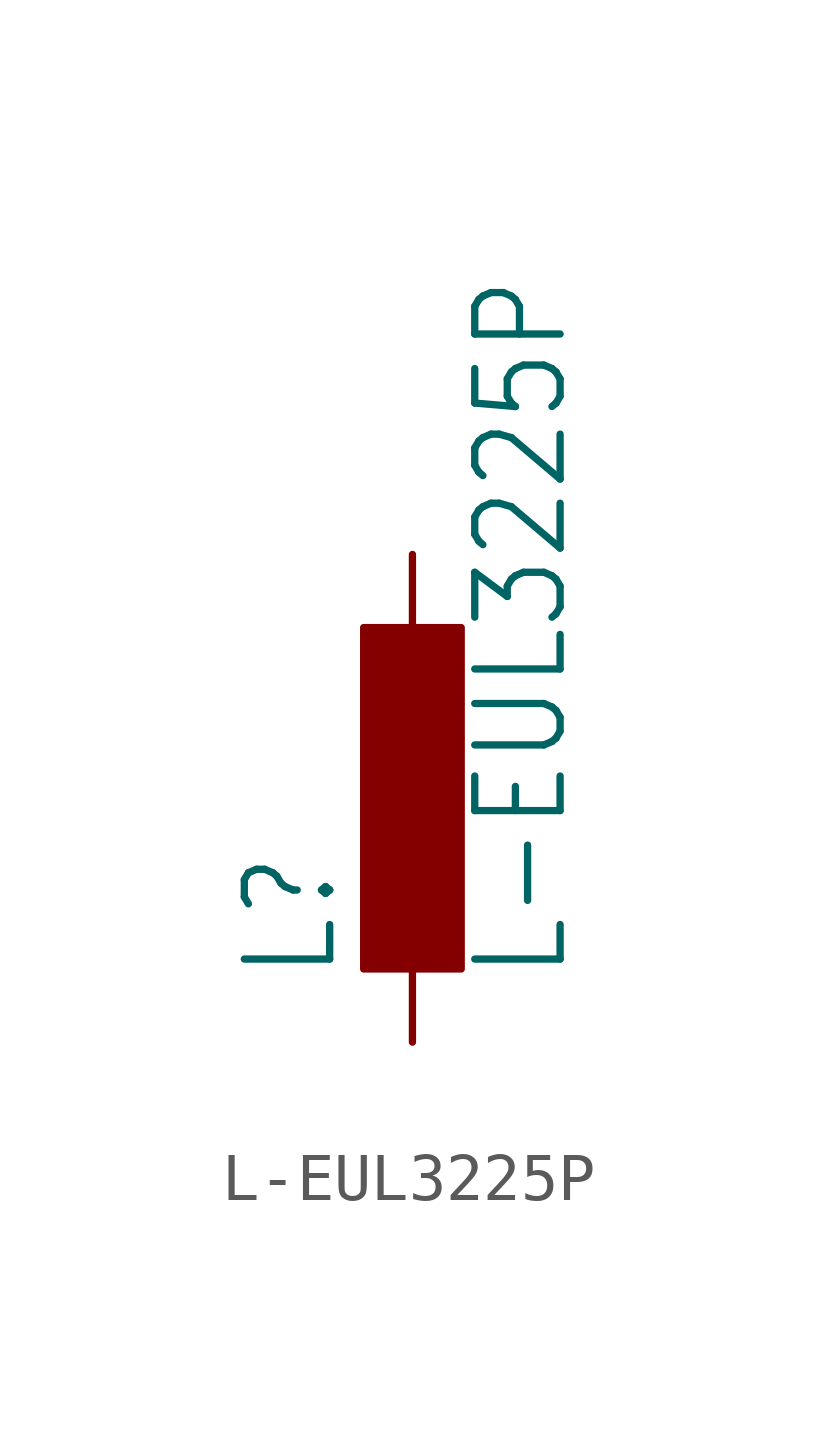
<source format=kicad_sym>
(kicad_symbol_lib
  (version 20211014)
  (generator kicad_symbol_editor)
  (symbol "L-EUL3225P"
    (property "Reference" "L"
      (at -1.499 -3.81 90)
      (effects (font (size 1.778 1.511)) (justify left bottom)))
    (property "Value" "L-EUL3225P"
      (at 3.302 -3.81 90)
      (effects (font (size 1.778 1.511)) (justify left bottom)))
    (property "ki_locked" ""
      (at 0 0 0)
      (effects (font (size 1.27 1.27))))
    (symbol "L-EUL3225P_1_0"
      (rectangle (start -1.016 -3.556) (end 1.016 3.556) (stroke (width 0) (type default) (color 0 0 0 0)) (fill (type outline)))
      (pin passive line (at 0 5.08 270) (length 2.54) (name "1" (effects (font (size 0 0)))) (number "1" (effects (font (size 0 0)))))
      (pin passive line (at 0 -5.08 90) (length 2.54) (name "2" (effects (font (size 0 0)))) (number "2" (effects (font (size 0 0))))))))
</source>
